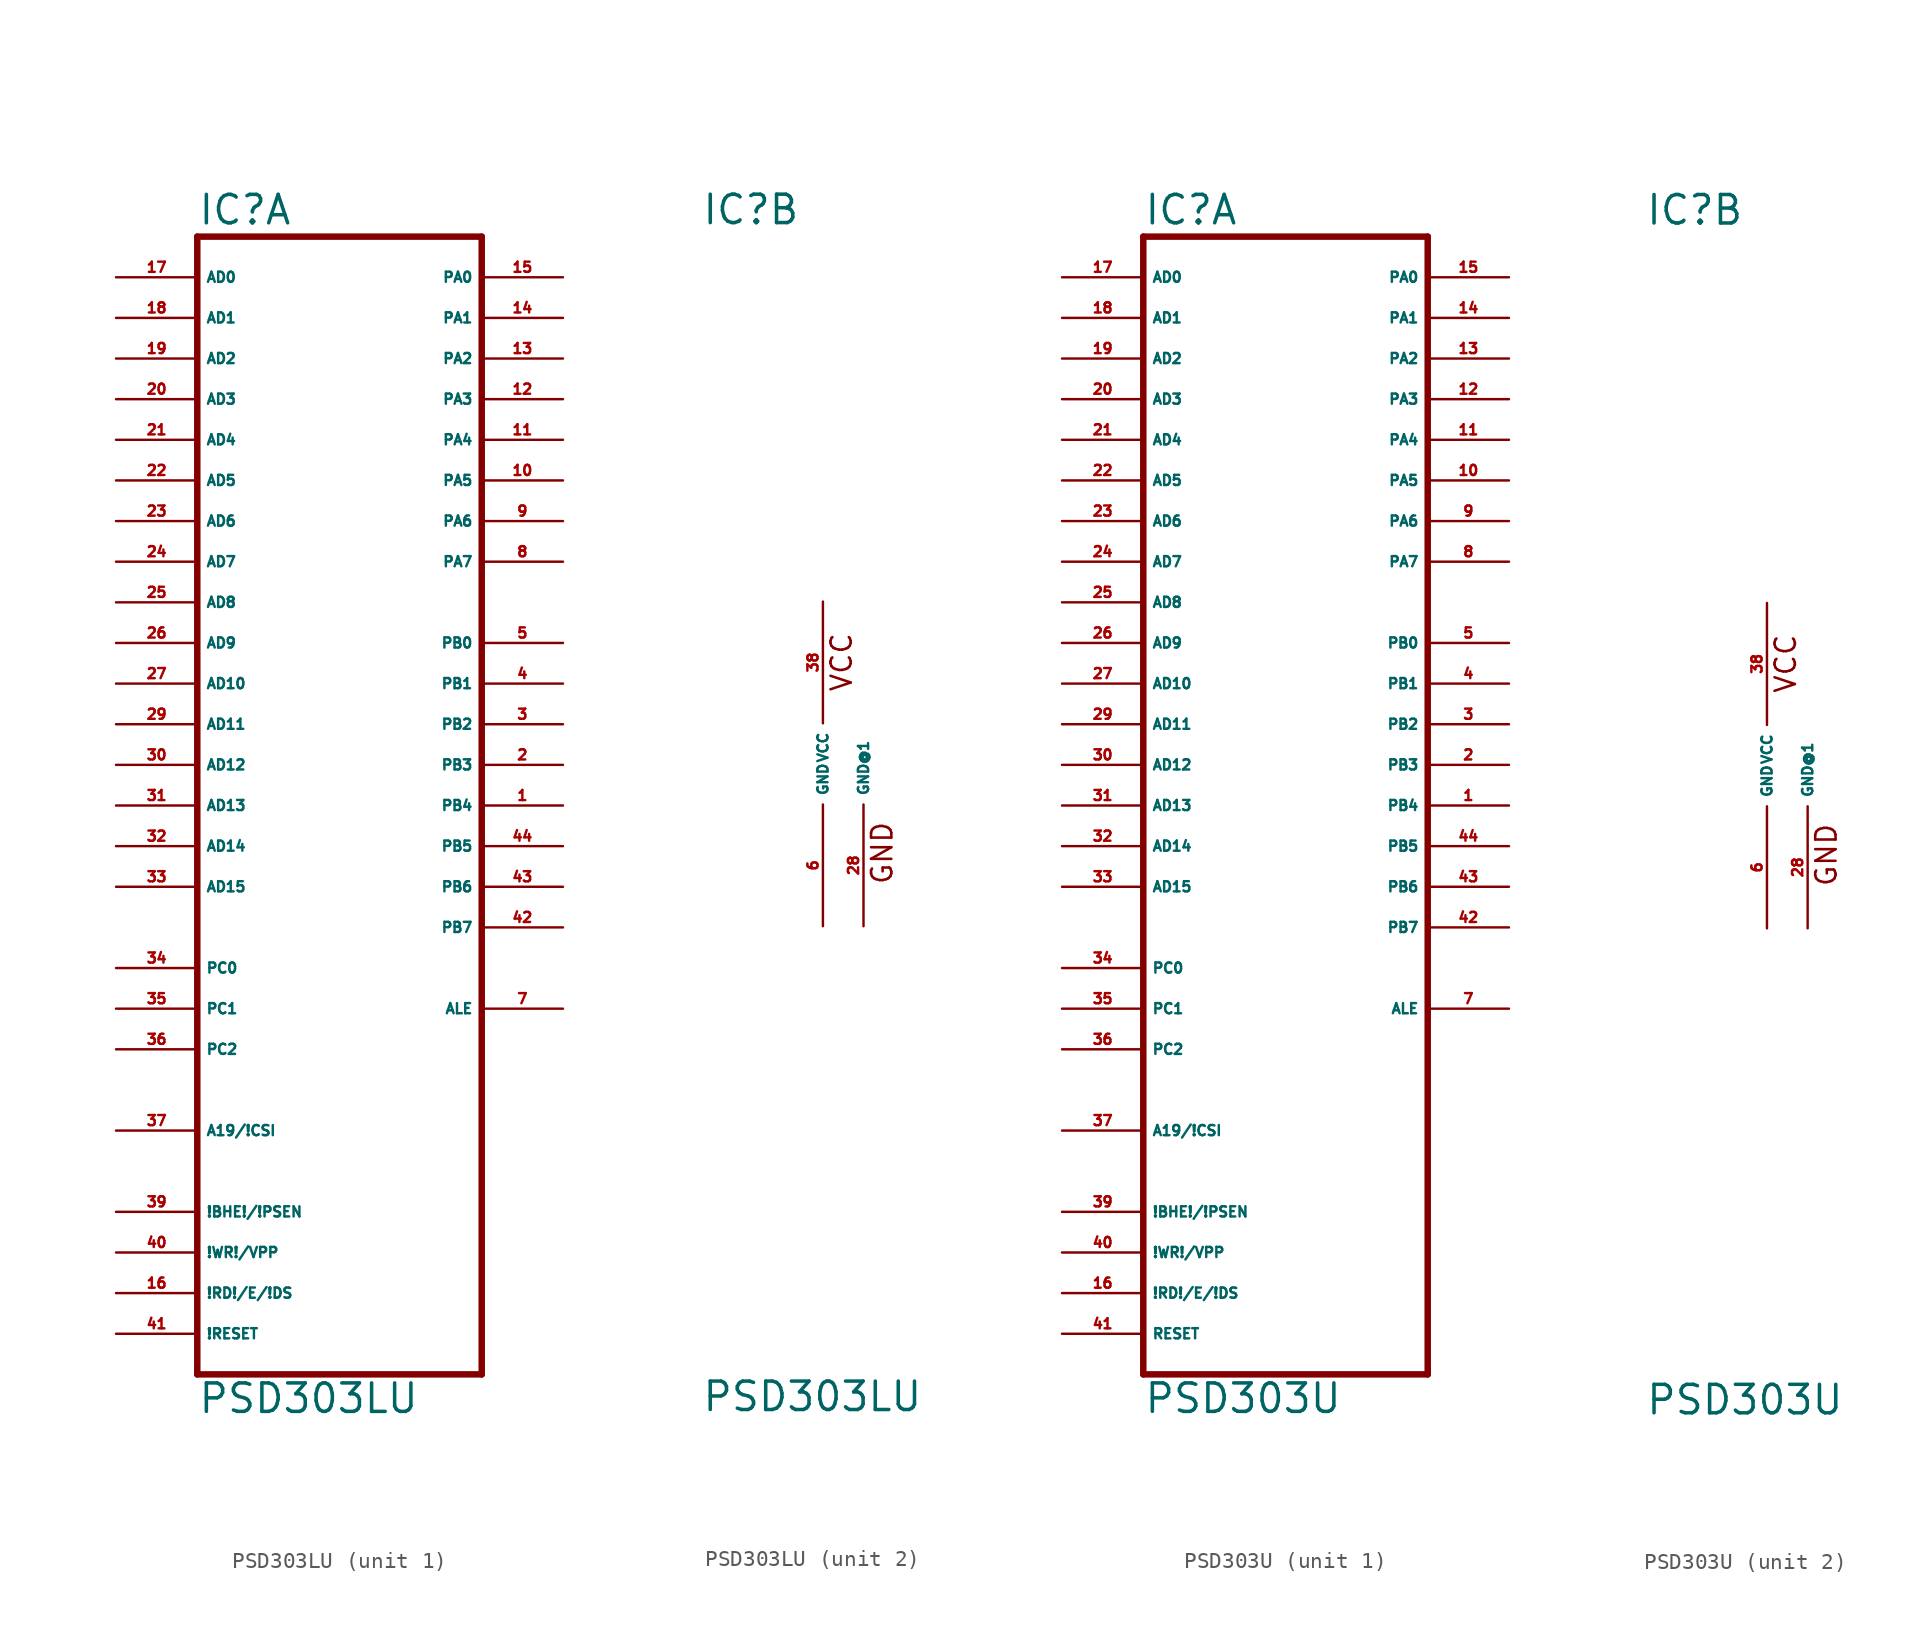
<source format=kicad_sym>
(kicad_symbol_lib
  (version 20220914)
  (generator Eagle2Kicad)
  (symbol "PSD303LU"
    (property "Reference" "IC"
      (at -7.62 33.655 0)
      (effects (font (size 1.778 1.778) (thickness 0.22)) (justify left bottom)))
    (property "Value" "PSD303LU"
      (at -7.62 -40.64 0)
      (effects (font (size 1.778 1.778) (thickness 0.22)) (justify left bottom)))
    (symbol "PSD303LU_1_0"
      (polyline (pts (xy -7.62 -38.1) (xy 10.16 -38.1)) (stroke (width 0.406) (type default)) (fill (type none)))
      (polyline (pts (xy 10.16 -38.1) (xy 10.16 33.02)) (stroke (width 0.406) (type default)) (fill (type none)))
      (polyline (pts (xy 10.16 33.02) (xy -7.62 33.02)) (stroke (width 0.406) (type default)) (fill (type none)))
      (polyline (pts (xy -7.62 33.02) (xy -7.62 -38.1)) (stroke (width 0.406) (type default)) (fill (type none)))
      (pin input line (at -12.7 30.48 0) (length 5.08) (name "AD0" (effects (font (size 0.635 0.635) (thickness 0.08)) (justify left bottom))) (number "17" (effects (font (size 0.635 0.635) (thickness 0.08)) (justify left bottom))))
      (pin input line (at -12.7 27.94 0) (length 5.08) (name "AD1" (effects (font (size 0.635 0.635) (thickness 0.08)) (justify left bottom))) (number "18" (effects (font (size 0.635 0.635) (thickness 0.08)) (justify left bottom))))
      (pin input line (at -12.7 25.4 0) (length 5.08) (name "AD2" (effects (font (size 0.635 0.635) (thickness 0.08)) (justify left bottom))) (number "19" (effects (font (size 0.635 0.635) (thickness 0.08)) (justify left bottom))))
      (pin input line (at -12.7 22.86 0) (length 5.08) (name "AD3" (effects (font (size 0.635 0.635) (thickness 0.08)) (justify left bottom))) (number "20" (effects (font (size 0.635 0.635) (thickness 0.08)) (justify left bottom))))
      (pin input line (at -12.7 20.32 0) (length 5.08) (name "AD4" (effects (font (size 0.635 0.635) (thickness 0.08)) (justify left bottom))) (number "21" (effects (font (size 0.635 0.635) (thickness 0.08)) (justify left bottom))))
      (pin input line (at -12.7 17.78 0) (length 5.08) (name "AD5" (effects (font (size 0.635 0.635) (thickness 0.08)) (justify left bottom))) (number "22" (effects (font (size 0.635 0.635) (thickness 0.08)) (justify left bottom))))
      (pin input line (at -12.7 15.24 0) (length 5.08) (name "AD6" (effects (font (size 0.635 0.635) (thickness 0.08)) (justify left bottom))) (number "23" (effects (font (size 0.635 0.635) (thickness 0.08)) (justify left bottom))))
      (pin input line (at -12.7 12.7 0) (length 5.08) (name "AD7" (effects (font (size 0.635 0.635) (thickness 0.08)) (justify left bottom))) (number "24" (effects (font (size 0.635 0.635) (thickness 0.08)) (justify left bottom))))
      (pin input line (at -12.7 10.16 0) (length 5.08) (name "AD8" (effects (font (size 0.635 0.635) (thickness 0.08)) (justify left bottom))) (number "25" (effects (font (size 0.635 0.635) (thickness 0.08)) (justify left bottom))))
      (pin input line (at -12.7 7.62 0) (length 5.08) (name "AD9" (effects (font (size 0.635 0.635) (thickness 0.08)) (justify left bottom))) (number "26" (effects (font (size 0.635 0.635) (thickness 0.08)) (justify left bottom))))
      (pin input line (at -12.7 5.08 0) (length 5.08) (name "AD10" (effects (font (size 0.635 0.635) (thickness 0.08)) (justify left bottom))) (number "27" (effects (font (size 0.635 0.635) (thickness 0.08)) (justify left bottom))))
      (pin input line (at -12.7 2.54 0) (length 5.08) (name "AD11" (effects (font (size 0.635 0.635) (thickness 0.08)) (justify left bottom))) (number "29" (effects (font (size 0.635 0.635) (thickness 0.08)) (justify left bottom))))
      (pin input line (at -12.7 0 0) (length 5.08) (name "AD12" (effects (font (size 0.635 0.635) (thickness 0.08)) (justify left bottom))) (number "30" (effects (font (size 0.635 0.635) (thickness 0.08)) (justify left bottom))))
      (pin input line (at -12.7 -2.54 0) (length 5.08) (name "AD13" (effects (font (size 0.635 0.635) (thickness 0.08)) (justify left bottom))) (number "31" (effects (font (size 0.635 0.635) (thickness 0.08)) (justify left bottom))))
      (pin input line (at -12.7 -5.08 0) (length 5.08) (name "AD14" (effects (font (size 0.635 0.635) (thickness 0.08)) (justify left bottom))) (number "32" (effects (font (size 0.635 0.635) (thickness 0.08)) (justify left bottom))))
      (pin input line (at -12.7 -7.62 0) (length 5.08) (name "AD15" (effects (font (size 0.635 0.635) (thickness 0.08)) (justify left bottom))) (number "33" (effects (font (size 0.635 0.635) (thickness 0.08)) (justify left bottom))))
      (pin input line (at -12.7 -12.7 0) (length 5.08) (name "PC0" (effects (font (size 0.635 0.635) (thickness 0.08)) (justify left bottom))) (number "34" (effects (font (size 0.635 0.635) (thickness 0.08)) (justify left bottom))))
      (pin input line (at -12.7 -15.24 0) (length 5.08) (name "PC1" (effects (font (size 0.635 0.635) (thickness 0.08)) (justify left bottom))) (number "35" (effects (font (size 0.635 0.635) (thickness 0.08)) (justify left bottom))))
      (pin input line (at -12.7 -17.78 0) (length 5.08) (name "PC2" (effects (font (size 0.635 0.635) (thickness 0.08)) (justify left bottom))) (number "36" (effects (font (size 0.635 0.635) (thickness 0.08)) (justify left bottom))))
      (pin input line (at -12.7 -22.86 0) (length 5.08) (name "A19/!CSI" (effects (font (size 0.635 0.635) (thickness 0.08)) (justify left bottom))) (number "37" (effects (font (size 0.635 0.635) (thickness 0.08)) (justify left bottom))))
      (pin bidirectional line (at 15.24 30.48 180) (length 5.08) (name "PA0" (effects (font (size 0.635 0.635) (thickness 0.08)) (justify left bottom))) (number "15" (effects (font (size 0.635 0.635) (thickness 0.08)) (justify left bottom))))
      (pin bidirectional line (at 15.24 27.94 180) (length 5.08) (name "PA1" (effects (font (size 0.635 0.635) (thickness 0.08)) (justify left bottom))) (number "14" (effects (font (size 0.635 0.635) (thickness 0.08)) (justify left bottom))))
      (pin bidirectional line (at 15.24 25.4 180) (length 5.08) (name "PA2" (effects (font (size 0.635 0.635) (thickness 0.08)) (justify left bottom))) (number "13" (effects (font (size 0.635 0.635) (thickness 0.08)) (justify left bottom))))
      (pin bidirectional line (at 15.24 22.86 180) (length 5.08) (name "PA3" (effects (font (size 0.635 0.635) (thickness 0.08)) (justify left bottom))) (number "12" (effects (font (size 0.635 0.635) (thickness 0.08)) (justify left bottom))))
      (pin bidirectional line (at 15.24 20.32 180) (length 5.08) (name "PA4" (effects (font (size 0.635 0.635) (thickness 0.08)) (justify left bottom))) (number "11" (effects (font (size 0.635 0.635) (thickness 0.08)) (justify left bottom))))
      (pin bidirectional line (at 15.24 17.78 180) (length 5.08) (name "PA5" (effects (font (size 0.635 0.635) (thickness 0.08)) (justify left bottom))) (number "10" (effects (font (size 0.635 0.635) (thickness 0.08)) (justify left bottom))))
      (pin bidirectional line (at 15.24 15.24 180) (length 5.08) (name "PA6" (effects (font (size 0.635 0.635) (thickness 0.08)) (justify left bottom))) (number "9" (effects (font (size 0.635 0.635) (thickness 0.08)) (justify left bottom))))
      (pin bidirectional line (at 15.24 12.7 180) (length 5.08) (name "PA7" (effects (font (size 0.635 0.635) (thickness 0.08)) (justify left bottom))) (number "8" (effects (font (size 0.635 0.635) (thickness 0.08)) (justify left bottom))))
      (pin output line (at 15.24 7.62 180) (length 5.08) (name "PB0" (effects (font (size 0.635 0.635) (thickness 0.08)) (justify left bottom))) (number "5" (effects (font (size 0.635 0.635) (thickness 0.08)) (justify left bottom))))
      (pin output line (at 15.24 5.08 180) (length 5.08) (name "PB1" (effects (font (size 0.635 0.635) (thickness 0.08)) (justify left bottom))) (number "4" (effects (font (size 0.635 0.635) (thickness 0.08)) (justify left bottom))))
      (pin output line (at 15.24 2.54 180) (length 5.08) (name "PB2" (effects (font (size 0.635 0.635) (thickness 0.08)) (justify left bottom))) (number "3" (effects (font (size 0.635 0.635) (thickness 0.08)) (justify left bottom))))
      (pin output line (at 15.24 0 180) (length 5.08) (name "PB3" (effects (font (size 0.635 0.635) (thickness 0.08)) (justify left bottom))) (number "2" (effects (font (size 0.635 0.635) (thickness 0.08)) (justify left bottom))))
      (pin output line (at 15.24 -2.54 180) (length 5.08) (name "PB4" (effects (font (size 0.635 0.635) (thickness 0.08)) (justify left bottom))) (number "1" (effects (font (size 0.635 0.635) (thickness 0.08)) (justify left bottom))))
      (pin output line (at 15.24 -5.08 180) (length 5.08) (name "PB5" (effects (font (size 0.635 0.635) (thickness 0.08)) (justify left bottom))) (number "44" (effects (font (size 0.635 0.635) (thickness 0.08)) (justify left bottom))))
      (pin output line (at 15.24 -7.62 180) (length 5.08) (name "PB6" (effects (font (size 0.635 0.635) (thickness 0.08)) (justify left bottom))) (number "43" (effects (font (size 0.635 0.635) (thickness 0.08)) (justify left bottom))))
      (pin output line (at 15.24 -10.16 180) (length 5.08) (name "PB7" (effects (font (size 0.635 0.635) (thickness 0.08)) (justify left bottom))) (number "42" (effects (font (size 0.635 0.635) (thickness 0.08)) (justify left bottom))))
      (pin output line (at 15.24 -15.24 180) (length 5.08) (name "ALE" (effects (font (size 0.635 0.635) (thickness 0.08)) (justify left bottom))) (number "7" (effects (font (size 0.635 0.635) (thickness 0.08)) (justify left bottom))))
      (pin input line (at -12.7 -27.94 0) (length 5.08) (name "!BHE!/!PSEN" (effects (font (size 0.635 0.635) (thickness 0.08)) (justify left bottom))) (number "39" (effects (font (size 0.635 0.635) (thickness 0.08)) (justify left bottom))))
      (pin input line (at -12.7 -30.48 0) (length 5.08) (name "!WR!/VPP" (effects (font (size 0.635 0.635) (thickness 0.08)) (justify left bottom))) (number "40" (effects (font (size 0.635 0.635) (thickness 0.08)) (justify left bottom))))
      (pin input line (at -12.7 -33.02 0) (length 5.08) (name "!RD!/E/!DS" (effects (font (size 0.635 0.635) (thickness 0.08)) (justify left bottom))) (number "16" (effects (font (size 0.635 0.635) (thickness 0.08)) (justify left bottom))))
      (pin input line (at -12.7 -35.56 0) (length 5.08) (name "!RESET" (effects (font (size 0.635 0.635) (thickness 0.08)) (justify left bottom))) (number "41" (effects (font (size 0.635 0.635) (thickness 0.08)) (justify left bottom)))))
    (symbol "PSD303LU_2_0"
      (text "VCC" (at 1.905 4.445 900) (effects (font (size 1.27 1.27) (thickness 0.16)) (justify left bottom)))
      (text "GND" (at 4.445 -7.62 900) (effects (font (size 1.27 1.27) (thickness 0.16)) (justify left bottom)))
      (pin unspecified line (at 0 10.16 270) (length 7.62) (name "VCC" (effects (font (size 0.635 0.635) (thickness 0.08)) (justify left bottom))) (number "38" (effects (font (size 0.635 0.635) (thickness 0.08)) (justify left bottom))))
      (pin unspecified line (at 0 -10.16 90) (length 7.62) (name "GND" (effects (font (size 0.635 0.635) (thickness 0.08)) (justify left bottom))) (number "6" (effects (font (size 0.635 0.635) (thickness 0.08)) (justify left bottom))))
      (pin unspecified line (at 2.54 -10.16 90) (length 7.62) (name "GND@1" (effects (font (size 0.635 0.635) (thickness 0.08)) (justify left bottom))) (number "28" (effects (font (size 0.635 0.635) (thickness 0.08)) (justify left bottom))))))
  (symbol "PSD303U"
    (property "Reference" "IC"
      (at -7.62 33.655 0)
      (effects (font (size 1.778 1.778) (thickness 0.22)) (justify left bottom)))
    (property "Value" "PSD303U"
      (at -7.62 -40.64 0)
      (effects (font (size 1.778 1.778) (thickness 0.22)) (justify left bottom)))
    (symbol "PSD303U_1_0"
      (polyline (pts (xy -7.62 -38.1) (xy 10.16 -38.1)) (stroke (width 0.406) (type default)) (fill (type none)))
      (polyline (pts (xy 10.16 -38.1) (xy 10.16 33.02)) (stroke (width 0.406) (type default)) (fill (type none)))
      (polyline (pts (xy 10.16 33.02) (xy -7.62 33.02)) (stroke (width 0.406) (type default)) (fill (type none)))
      (polyline (pts (xy -7.62 33.02) (xy -7.62 -38.1)) (stroke (width 0.406) (type default)) (fill (type none)))
      (pin input line (at -12.7 30.48 0) (length 5.08) (name "AD0" (effects (font (size 0.635 0.635) (thickness 0.08)) (justify left bottom))) (number "17" (effects (font (size 0.635 0.635) (thickness 0.08)) (justify left bottom))))
      (pin input line (at -12.7 27.94 0) (length 5.08) (name "AD1" (effects (font (size 0.635 0.635) (thickness 0.08)) (justify left bottom))) (number "18" (effects (font (size 0.635 0.635) (thickness 0.08)) (justify left bottom))))
      (pin input line (at -12.7 25.4 0) (length 5.08) (name "AD2" (effects (font (size 0.635 0.635) (thickness 0.08)) (justify left bottom))) (number "19" (effects (font (size 0.635 0.635) (thickness 0.08)) (justify left bottom))))
      (pin input line (at -12.7 22.86 0) (length 5.08) (name "AD3" (effects (font (size 0.635 0.635) (thickness 0.08)) (justify left bottom))) (number "20" (effects (font (size 0.635 0.635) (thickness 0.08)) (justify left bottom))))
      (pin input line (at -12.7 20.32 0) (length 5.08) (name "AD4" (effects (font (size 0.635 0.635) (thickness 0.08)) (justify left bottom))) (number "21" (effects (font (size 0.635 0.635) (thickness 0.08)) (justify left bottom))))
      (pin input line (at -12.7 17.78 0) (length 5.08) (name "AD5" (effects (font (size 0.635 0.635) (thickness 0.08)) (justify left bottom))) (number "22" (effects (font (size 0.635 0.635) (thickness 0.08)) (justify left bottom))))
      (pin input line (at -12.7 15.24 0) (length 5.08) (name "AD6" (effects (font (size 0.635 0.635) (thickness 0.08)) (justify left bottom))) (number "23" (effects (font (size 0.635 0.635) (thickness 0.08)) (justify left bottom))))
      (pin input line (at -12.7 12.7 0) (length 5.08) (name "AD7" (effects (font (size 0.635 0.635) (thickness 0.08)) (justify left bottom))) (number "24" (effects (font (size 0.635 0.635) (thickness 0.08)) (justify left bottom))))
      (pin input line (at -12.7 10.16 0) (length 5.08) (name "AD8" (effects (font (size 0.635 0.635) (thickness 0.08)) (justify left bottom))) (number "25" (effects (font (size 0.635 0.635) (thickness 0.08)) (justify left bottom))))
      (pin input line (at -12.7 7.62 0) (length 5.08) (name "AD9" (effects (font (size 0.635 0.635) (thickness 0.08)) (justify left bottom))) (number "26" (effects (font (size 0.635 0.635) (thickness 0.08)) (justify left bottom))))
      (pin input line (at -12.7 5.08 0) (length 5.08) (name "AD10" (effects (font (size 0.635 0.635) (thickness 0.08)) (justify left bottom))) (number "27" (effects (font (size 0.635 0.635) (thickness 0.08)) (justify left bottom))))
      (pin input line (at -12.7 2.54 0) (length 5.08) (name "AD11" (effects (font (size 0.635 0.635) (thickness 0.08)) (justify left bottom))) (number "29" (effects (font (size 0.635 0.635) (thickness 0.08)) (justify left bottom))))
      (pin input line (at -12.7 0 0) (length 5.08) (name "AD12" (effects (font (size 0.635 0.635) (thickness 0.08)) (justify left bottom))) (number "30" (effects (font (size 0.635 0.635) (thickness 0.08)) (justify left bottom))))
      (pin input line (at -12.7 -2.54 0) (length 5.08) (name "AD13" (effects (font (size 0.635 0.635) (thickness 0.08)) (justify left bottom))) (number "31" (effects (font (size 0.635 0.635) (thickness 0.08)) (justify left bottom))))
      (pin input line (at -12.7 -5.08 0) (length 5.08) (name "AD14" (effects (font (size 0.635 0.635) (thickness 0.08)) (justify left bottom))) (number "32" (effects (font (size 0.635 0.635) (thickness 0.08)) (justify left bottom))))
      (pin input line (at -12.7 -7.62 0) (length 5.08) (name "AD15" (effects (font (size 0.635 0.635) (thickness 0.08)) (justify left bottom))) (number "33" (effects (font (size 0.635 0.635) (thickness 0.08)) (justify left bottom))))
      (pin input line (at -12.7 -12.7 0) (length 5.08) (name "PC0" (effects (font (size 0.635 0.635) (thickness 0.08)) (justify left bottom))) (number "34" (effects (font (size 0.635 0.635) (thickness 0.08)) (justify left bottom))))
      (pin input line (at -12.7 -15.24 0) (length 5.08) (name "PC1" (effects (font (size 0.635 0.635) (thickness 0.08)) (justify left bottom))) (number "35" (effects (font (size 0.635 0.635) (thickness 0.08)) (justify left bottom))))
      (pin input line (at -12.7 -17.78 0) (length 5.08) (name "PC2" (effects (font (size 0.635 0.635) (thickness 0.08)) (justify left bottom))) (number "36" (effects (font (size 0.635 0.635) (thickness 0.08)) (justify left bottom))))
      (pin input line (at -12.7 -22.86 0) (length 5.08) (name "A19/!CSI" (effects (font (size 0.635 0.635) (thickness 0.08)) (justify left bottom))) (number "37" (effects (font (size 0.635 0.635) (thickness 0.08)) (justify left bottom))))
      (pin bidirectional line (at 15.24 30.48 180) (length 5.08) (name "PA0" (effects (font (size 0.635 0.635) (thickness 0.08)) (justify left bottom))) (number "15" (effects (font (size 0.635 0.635) (thickness 0.08)) (justify left bottom))))
      (pin bidirectional line (at 15.24 27.94 180) (length 5.08) (name "PA1" (effects (font (size 0.635 0.635) (thickness 0.08)) (justify left bottom))) (number "14" (effects (font (size 0.635 0.635) (thickness 0.08)) (justify left bottom))))
      (pin bidirectional line (at 15.24 25.4 180) (length 5.08) (name "PA2" (effects (font (size 0.635 0.635) (thickness 0.08)) (justify left bottom))) (number "13" (effects (font (size 0.635 0.635) (thickness 0.08)) (justify left bottom))))
      (pin bidirectional line (at 15.24 22.86 180) (length 5.08) (name "PA3" (effects (font (size 0.635 0.635) (thickness 0.08)) (justify left bottom))) (number "12" (effects (font (size 0.635 0.635) (thickness 0.08)) (justify left bottom))))
      (pin bidirectional line (at 15.24 20.32 180) (length 5.08) (name "PA4" (effects (font (size 0.635 0.635) (thickness 0.08)) (justify left bottom))) (number "11" (effects (font (size 0.635 0.635) (thickness 0.08)) (justify left bottom))))
      (pin bidirectional line (at 15.24 17.78 180) (length 5.08) (name "PA5" (effects (font (size 0.635 0.635) (thickness 0.08)) (justify left bottom))) (number "10" (effects (font (size 0.635 0.635) (thickness 0.08)) (justify left bottom))))
      (pin bidirectional line (at 15.24 15.24 180) (length 5.08) (name "PA6" (effects (font (size 0.635 0.635) (thickness 0.08)) (justify left bottom))) (number "9" (effects (font (size 0.635 0.635) (thickness 0.08)) (justify left bottom))))
      (pin bidirectional line (at 15.24 12.7 180) (length 5.08) (name "PA7" (effects (font (size 0.635 0.635) (thickness 0.08)) (justify left bottom))) (number "8" (effects (font (size 0.635 0.635) (thickness 0.08)) (justify left bottom))))
      (pin output line (at 15.24 7.62 180) (length 5.08) (name "PB0" (effects (font (size 0.635 0.635) (thickness 0.08)) (justify left bottom))) (number "5" (effects (font (size 0.635 0.635) (thickness 0.08)) (justify left bottom))))
      (pin output line (at 15.24 5.08 180) (length 5.08) (name "PB1" (effects (font (size 0.635 0.635) (thickness 0.08)) (justify left bottom))) (number "4" (effects (font (size 0.635 0.635) (thickness 0.08)) (justify left bottom))))
      (pin output line (at 15.24 2.54 180) (length 5.08) (name "PB2" (effects (font (size 0.635 0.635) (thickness 0.08)) (justify left bottom))) (number "3" (effects (font (size 0.635 0.635) (thickness 0.08)) (justify left bottom))))
      (pin output line (at 15.24 0 180) (length 5.08) (name "PB3" (effects (font (size 0.635 0.635) (thickness 0.08)) (justify left bottom))) (number "2" (effects (font (size 0.635 0.635) (thickness 0.08)) (justify left bottom))))
      (pin output line (at 15.24 -2.54 180) (length 5.08) (name "PB4" (effects (font (size 0.635 0.635) (thickness 0.08)) (justify left bottom))) (number "1" (effects (font (size 0.635 0.635) (thickness 0.08)) (justify left bottom))))
      (pin output line (at 15.24 -5.08 180) (length 5.08) (name "PB5" (effects (font (size 0.635 0.635) (thickness 0.08)) (justify left bottom))) (number "44" (effects (font (size 0.635 0.635) (thickness 0.08)) (justify left bottom))))
      (pin output line (at 15.24 -7.62 180) (length 5.08) (name "PB6" (effects (font (size 0.635 0.635) (thickness 0.08)) (justify left bottom))) (number "43" (effects (font (size 0.635 0.635) (thickness 0.08)) (justify left bottom))))
      (pin output line (at 15.24 -10.16 180) (length 5.08) (name "PB7" (effects (font (size 0.635 0.635) (thickness 0.08)) (justify left bottom))) (number "42" (effects (font (size 0.635 0.635) (thickness 0.08)) (justify left bottom))))
      (pin output line (at 15.24 -15.24 180) (length 5.08) (name "ALE" (effects (font (size 0.635 0.635) (thickness 0.08)) (justify left bottom))) (number "7" (effects (font (size 0.635 0.635) (thickness 0.08)) (justify left bottom))))
      (pin input line (at -12.7 -27.94 0) (length 5.08) (name "!BHE!/!PSEN" (effects (font (size 0.635 0.635) (thickness 0.08)) (justify left bottom))) (number "39" (effects (font (size 0.635 0.635) (thickness 0.08)) (justify left bottom))))
      (pin input line (at -12.7 -30.48 0) (length 5.08) (name "!WR!/VPP" (effects (font (size 0.635 0.635) (thickness 0.08)) (justify left bottom))) (number "40" (effects (font (size 0.635 0.635) (thickness 0.08)) (justify left bottom))))
      (pin input line (at -12.7 -33.02 0) (length 5.08) (name "!RD!/E/!DS" (effects (font (size 0.635 0.635) (thickness 0.08)) (justify left bottom))) (number "16" (effects (font (size 0.635 0.635) (thickness 0.08)) (justify left bottom))))
      (pin input line (at -12.7 -35.56 0) (length 5.08) (name "RESET" (effects (font (size 0.635 0.635) (thickness 0.08)) (justify left bottom))) (number "41" (effects (font (size 0.635 0.635) (thickness 0.08)) (justify left bottom)))))
    (symbol "PSD303U_2_0"
      (text "VCC" (at 1.905 4.445 900) (effects (font (size 1.27 1.27) (thickness 0.16)) (justify left bottom)))
      (text "GND" (at 4.445 -7.62 900) (effects (font (size 1.27 1.27) (thickness 0.16)) (justify left bottom)))
      (pin unspecified line (at 0 10.16 270) (length 7.62) (name "VCC" (effects (font (size 0.635 0.635) (thickness 0.08)) (justify left bottom))) (number "38" (effects (font (size 0.635 0.635) (thickness 0.08)) (justify left bottom))))
      (pin unspecified line (at 0 -10.16 90) (length 7.62) (name "GND" (effects (font (size 0.635 0.635) (thickness 0.08)) (justify left bottom))) (number "6" (effects (font (size 0.635 0.635) (thickness 0.08)) (justify left bottom))))
      (pin unspecified line (at 2.54 -10.16 90) (length 7.62) (name "GND@1" (effects (font (size 0.635 0.635) (thickness 0.08)) (justify left bottom))) (number "28" (effects (font (size 0.635 0.635) (thickness 0.08)) (justify left bottom)))))))
</source>
